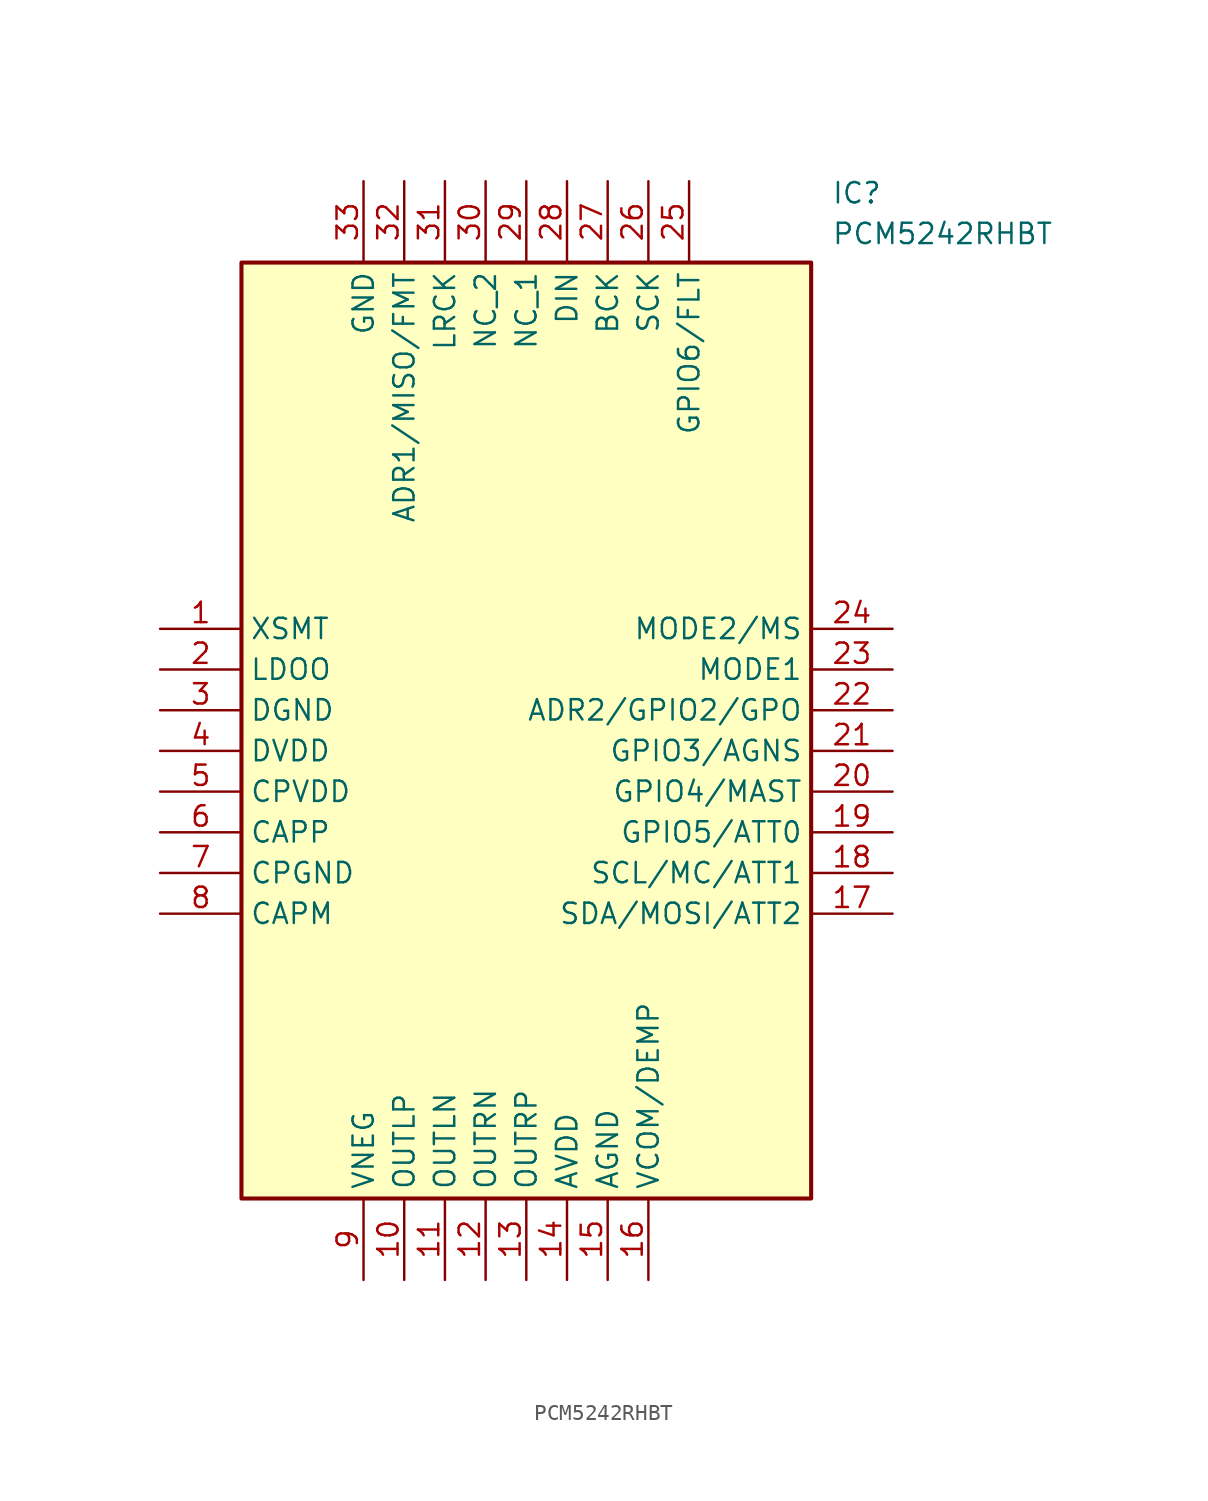
<source format=kicad_sym>
(kicad_symbol_lib
  (version 20211014)
  (generator SamacSys_ECAD_Model)
  (symbol "PCM5242RHBT"
    (property "Reference" "IC"
      (at 41.91 27.94 0)
      (effects (font (size 1.27 1.27)) (justify left top)))
    (property "Value" "PCM5242RHBT"
      (at 41.91 25.4 0)
      (effects (font (size 1.27 1.27)) (justify left top)))
    (rectangle
      (start 5.08 22.86)
      (end 40.64 -35.56)
      (stroke (width 0.254) (type default))
      (fill (type background)))
    (pin passive line
      (at 0 0 0)
      (length 5.08)
      (name "XSMT" (effects (font (size 1.27 1.27))))
      (number "1" (effects (font (size 1.27 1.27)))))
    (pin passive line
      (at 0 -2.54 0)
      (length 5.08)
      (name "LDOO" (effects (font (size 1.27 1.27))))
      (number "2" (effects (font (size 1.27 1.27)))))
    (pin passive line
      (at 0 -5.08 0)
      (length 5.08)
      (name "DGND" (effects (font (size 1.27 1.27))))
      (number "3" (effects (font (size 1.27 1.27)))))
    (pin passive line
      (at 0 -7.62 0)
      (length 5.08)
      (name "DVDD" (effects (font (size 1.27 1.27))))
      (number "4" (effects (font (size 1.27 1.27)))))
    (pin passive line
      (at 0 -10.16 0)
      (length 5.08)
      (name "CPVDD" (effects (font (size 1.27 1.27))))
      (number "5" (effects (font (size 1.27 1.27)))))
    (pin passive line
      (at 0 -12.7 0)
      (length 5.08)
      (name "CAPP" (effects (font (size 1.27 1.27))))
      (number "6" (effects (font (size 1.27 1.27)))))
    (pin passive line
      (at 0 -15.24 0)
      (length 5.08)
      (name "CPGND" (effects (font (size 1.27 1.27))))
      (number "7" (effects (font (size 1.27 1.27)))))
    (pin passive line
      (at 0 -17.78 0)
      (length 5.08)
      (name "CAPM" (effects (font (size 1.27 1.27))))
      (number "8" (effects (font (size 1.27 1.27)))))
    (pin passive line
      (at 12.7 -40.64 90)
      (length 5.08)
      (name "VNEG" (effects (font (size 1.27 1.27))))
      (number "9" (effects (font (size 1.27 1.27)))))
    (pin passive line
      (at 15.24 -40.64 90)
      (length 5.08)
      (name "OUTLP" (effects (font (size 1.27 1.27))))
      (number "10" (effects (font (size 1.27 1.27)))))
    (pin passive line
      (at 17.78 -40.64 90)
      (length 5.08)
      (name "OUTLN" (effects (font (size 1.27 1.27))))
      (number "11" (effects (font (size 1.27 1.27)))))
    (pin passive line
      (at 20.32 -40.64 90)
      (length 5.08)
      (name "OUTRN" (effects (font (size 1.27 1.27))))
      (number "12" (effects (font (size 1.27 1.27)))))
    (pin passive line
      (at 22.86 -40.64 90)
      (length 5.08)
      (name "OUTRP" (effects (font (size 1.27 1.27))))
      (number "13" (effects (font (size 1.27 1.27)))))
    (pin passive line
      (at 25.4 -40.64 90)
      (length 5.08)
      (name "AVDD" (effects (font (size 1.27 1.27))))
      (number "14" (effects (font (size 1.27 1.27)))))
    (pin passive line
      (at 27.94 -40.64 90)
      (length 5.08)
      (name "AGND" (effects (font (size 1.27 1.27))))
      (number "15" (effects (font (size 1.27 1.27)))))
    (pin passive line
      (at 30.48 -40.64 90)
      (length 5.08)
      (name "VCOM/DEMP" (effects (font (size 1.27 1.27))))
      (number "16" (effects (font (size 1.27 1.27)))))
    (pin passive line
      (at 45.72 0 180)
      (length 5.08)
      (name "MODE2/MS" (effects (font (size 1.27 1.27))))
      (number "24" (effects (font (size 1.27 1.27)))))
    (pin passive line
      (at 45.72 -2.54 180)
      (length 5.08)
      (name "MODE1" (effects (font (size 1.27 1.27))))
      (number "23" (effects (font (size 1.27 1.27)))))
    (pin passive line
      (at 45.72 -5.08 180)
      (length 5.08)
      (name "ADR2/GPIO2/GPO" (effects (font (size 1.27 1.27))))
      (number "22" (effects (font (size 1.27 1.27)))))
    (pin passive line
      (at 45.72 -7.62 180)
      (length 5.08)
      (name "GPIO3/AGNS" (effects (font (size 1.27 1.27))))
      (number "21" (effects (font (size 1.27 1.27)))))
    (pin passive line
      (at 45.72 -10.16 180)
      (length 5.08)
      (name "GPIO4/MAST" (effects (font (size 1.27 1.27))))
      (number "20" (effects (font (size 1.27 1.27)))))
    (pin passive line
      (at 45.72 -12.7 180)
      (length 5.08)
      (name "GPIO5/ATT0" (effects (font (size 1.27 1.27))))
      (number "19" (effects (font (size 1.27 1.27)))))
    (pin passive line
      (at 45.72 -15.24 180)
      (length 5.08)
      (name "SCL/MC/ATT1" (effects (font (size 1.27 1.27))))
      (number "18" (effects (font (size 1.27 1.27)))))
    (pin passive line
      (at 45.72 -17.78 180)
      (length 5.08)
      (name "SDA/MOSI/ATT2" (effects (font (size 1.27 1.27))))
      (number "17" (effects (font (size 1.27 1.27)))))
    (pin passive line
      (at 12.7 27.94 270)
      (length 5.08)
      (name "GND" (effects (font (size 1.27 1.27))))
      (number "33" (effects (font (size 1.27 1.27)))))
    (pin passive line
      (at 15.24 27.94 270)
      (length 5.08)
      (name "ADR1/MISO/FMT" (effects (font (size 1.27 1.27))))
      (number "32" (effects (font (size 1.27 1.27)))))
    (pin passive line
      (at 17.78 27.94 270)
      (length 5.08)
      (name "LRCK" (effects (font (size 1.27 1.27))))
      (number "31" (effects (font (size 1.27 1.27)))))
    (pin passive line
      (at 20.32 27.94 270)
      (length 5.08)
      (name "NC_2" (effects (font (size 1.27 1.27))))
      (number "30" (effects (font (size 1.27 1.27)))))
    (pin passive line
      (at 22.86 27.94 270)
      (length 5.08)
      (name "NC_1" (effects (font (size 1.27 1.27))))
      (number "29" (effects (font (size 1.27 1.27)))))
    (pin passive line
      (at 25.4 27.94 270)
      (length 5.08)
      (name "DIN" (effects (font (size 1.27 1.27))))
      (number "28" (effects (font (size 1.27 1.27)))))
    (pin passive line
      (at 27.94 27.94 270)
      (length 5.08)
      (name "BCK" (effects (font (size 1.27 1.27))))
      (number "27" (effects (font (size 1.27 1.27)))))
    (pin passive line
      (at 30.48 27.94 270)
      (length 5.08)
      (name "SCK" (effects (font (size 1.27 1.27))))
      (number "26" (effects (font (size 1.27 1.27)))))
    (pin passive line
      (at 33.02 27.94 270)
      (length 5.08)
      (name "GPIO6/FLT" (effects (font (size 1.27 1.27))))
      (number "25" (effects (font (size 1.27 1.27)))))))
</source>
